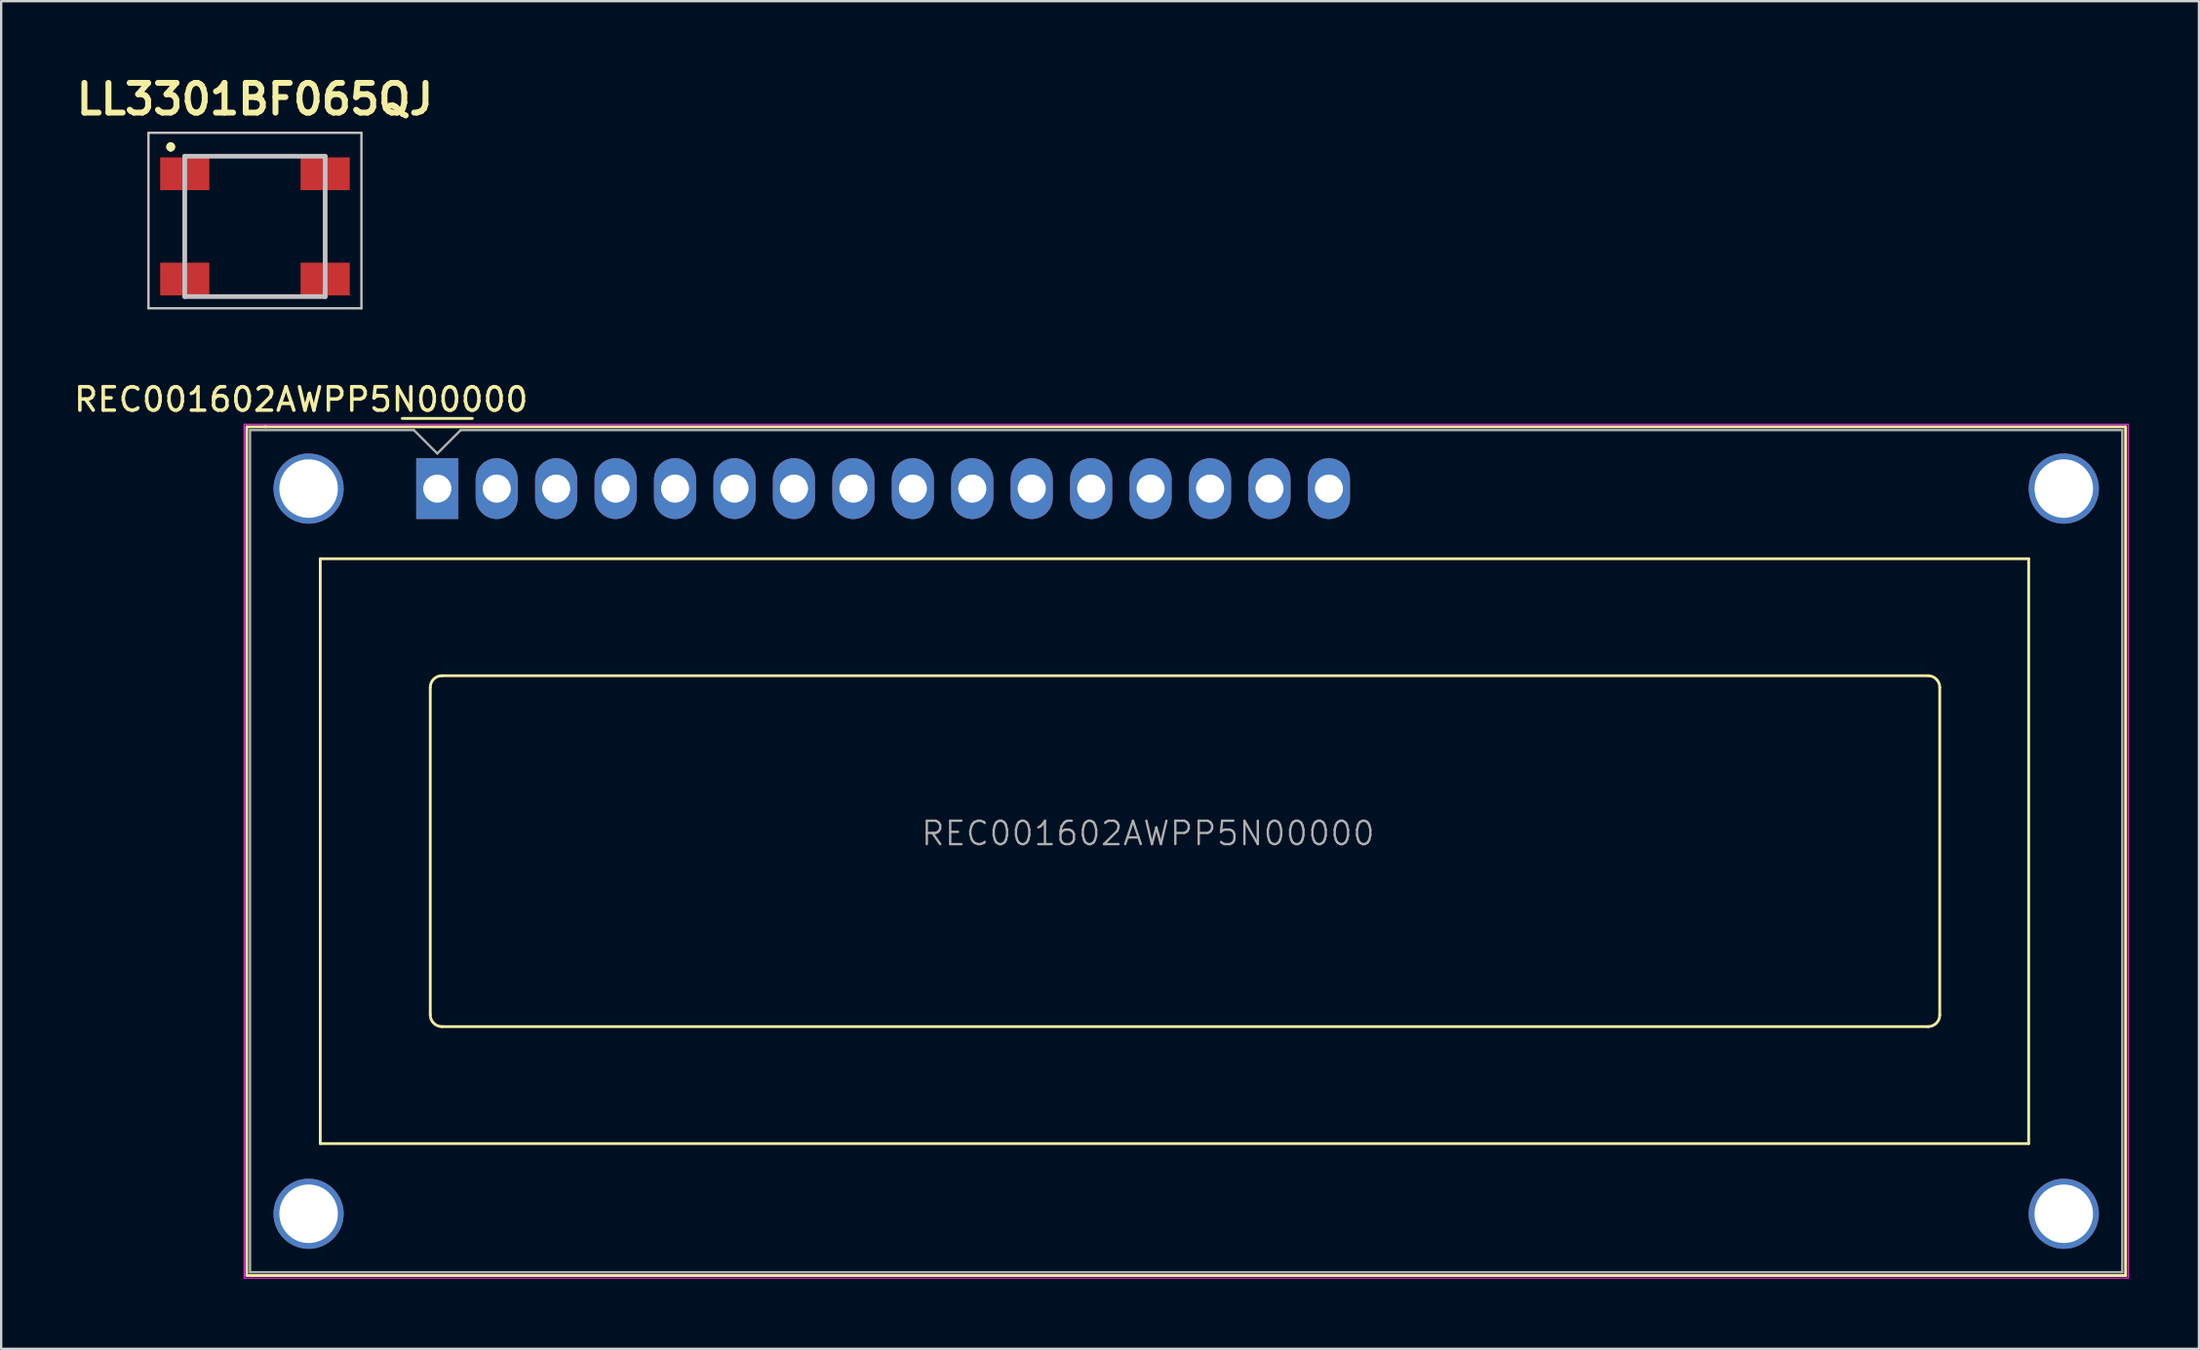
<source format=kicad_pcb>
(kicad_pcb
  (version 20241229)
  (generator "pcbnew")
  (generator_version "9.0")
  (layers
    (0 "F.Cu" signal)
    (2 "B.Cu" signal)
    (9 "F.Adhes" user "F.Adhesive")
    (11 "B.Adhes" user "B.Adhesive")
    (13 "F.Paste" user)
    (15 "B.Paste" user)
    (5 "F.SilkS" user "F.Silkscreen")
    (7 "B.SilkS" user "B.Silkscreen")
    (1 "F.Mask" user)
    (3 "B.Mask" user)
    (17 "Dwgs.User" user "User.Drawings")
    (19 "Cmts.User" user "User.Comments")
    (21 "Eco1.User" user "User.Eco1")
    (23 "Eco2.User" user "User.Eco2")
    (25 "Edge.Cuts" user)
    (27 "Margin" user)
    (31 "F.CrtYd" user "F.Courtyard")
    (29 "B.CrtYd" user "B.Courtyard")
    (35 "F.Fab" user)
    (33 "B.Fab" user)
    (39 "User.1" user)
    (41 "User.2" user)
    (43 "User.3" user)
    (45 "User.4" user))
  (footprint "LL3301BF065QJ"
    (layer "F.Cu")
    (at 7.844 6.629)
    (property "Reference" "LL3301BF065QJ" (at 0 -5.44 0) (layer "F.SilkS") (effects (font (size 1.27 1.27) (thickness 0.254))))
    (attr smd)
    (fp_line (start -3.6 -3.5) (end -3.6 -3.5) (stroke (width 0.2) (type solid)) (layer "F.SilkS"))
    (fp_line (start -3.6 -3.3) (end -3.6 -3.3) (stroke (width 0.2) (type solid)) (layer "F.SilkS"))
    (fp_line (start -3 -1) (end -3 1) (stroke (width 0.1) (type solid)) (layer "F.SilkS"))
    (fp_line (start -1 -3) (end 1 -3) (stroke (width 0.1) (type solid)) (layer "F.SilkS"))
    (fp_line (start -1 3) (end 1 3) (stroke (width 0.1) (type solid)) (layer "F.SilkS"))
    (fp_line (start 3 -1) (end 3 1) (stroke (width 0.1) (type solid)) (layer "F.SilkS"))
    (fp_arc (start -3.6 -3.5) (mid -3.5 -3.4) (end -3.6 -3.3) (stroke (width 0.2) (type solid)) (layer "F.SilkS"))
    (fp_arc (start -3.6 -3.3) (mid -3.7 -3.4) (end -3.6 -3.5) (stroke (width 0.2) (type solid)) (layer "F.SilkS"))
    (fp_line (start -4.55 -4) (end 4.55 -4) (stroke (width 0.1) (type solid)) (layer "Dwgs.User"))
    (fp_line (start -4.55 3.5) (end -4.55 -4) (stroke (width 0.1) (type solid)) (layer "Dwgs.User"))
    (fp_line (start -3 -3) (end 3 -3) (stroke (width 0.2) (type solid)) (layer "Dwgs.User"))
    (fp_line (start -3 3) (end -3 -3) (stroke (width 0.2) (type solid)) (layer "Dwgs.User"))
    (fp_line (start 3 -3) (end 3 3) (stroke (width 0.2) (type solid)) (layer "Dwgs.User"))
    (fp_line (start 3 3) (end -3 3) (stroke (width 0.2) (type solid)) (layer "Dwgs.User"))
    (fp_line (start 4.55 -4) (end 4.55 3.5) (stroke (width 0.1) (type solid)) (layer "Dwgs.User"))
    (fp_line (start 4.55 3.5) (end -4.55 3.5) (stroke (width 0.1) (type solid)) (layer "Dwgs.User"))
    (pad "1" smd rect (at -3 -2.25 90) (size 1.4 2.1) (layers "F.Cu" "F.Mask" "F.Paste"))
    (pad "2" smd rect (at 3 -2.25 90) (size 1.4 2.1) (layers "F.Cu" "F.Mask" "F.Paste"))
    (pad "3" smd rect (at -3 2.25 90) (size 1.4 2.1) (layers "F.Cu" "F.Mask" "F.Paste"))
    (pad "4" smd rect (at 3 2.25 90) (size 1.4 2.1) (layers "F.Cu" "F.Mask" "F.Paste")))
  (footprint "REC001602AWPP5N00000"
    (layer "F.Cu")
    (at 15.635 17.837)
    (property "Reference" "REC001602AWPP5N00000" (at -5.82 -3.81 0) (layer "F.SilkS") (effects (font (size 1 1) (thickness 0.15))))
    (attr through_hole)
    (fp_line (start -8.14 -2.64) (end -8.14 33.64) (stroke (width 0.12) (type solid)) (layer "F.SilkS"))
    (fp_line (start -8.14 33.64) (end 72.14 33.64) (stroke (width 0.12) (type solid)) (layer "F.SilkS"))
    (fp_line (start -8.13 -2.64) (end -7.34 -2.64) (stroke (width 0.12) (type solid)) (layer "F.SilkS"))
    (fp_line (start -5 3) (end 68 3) (stroke (width 0.12) (type solid)) (layer "F.SilkS"))
    (fp_line (start -5 28) (end -5 3) (stroke (width 0.12) (type solid)) (layer "F.SilkS"))
    (fp_line (start -1.5 -3) (end 1.5 -3) (stroke (width 0.12) (type solid)) (layer "F.SilkS"))
    (fp_line (start -0.3 22.499) (end -0.3 8.5) (stroke (width 0.12) (type solid)) (layer "F.SilkS"))
    (fp_line (start 0.2 8) (end 63.7 8) (stroke (width 0.12) (type solid)) (layer "F.SilkS"))
    (fp_line (start 63.701 23) (end 0.2 23) (stroke (width 0.12) (type solid)) (layer "F.SilkS"))
    (fp_line (start 64.2 8.5) (end 64.2 22.5) (stroke (width 0.12) (type solid)) (layer "F.SilkS"))
    (fp_line (start 68 3) (end 68 28) (stroke (width 0.12) (type solid)) (layer "F.SilkS"))
    (fp_line (start 68 28) (end -5 28) (stroke (width 0.12) (type solid)) (layer "F.SilkS"))
    (fp_line (start 72.14 -2.64) (end -7.34 -2.64) (stroke (width 0.12) (type solid)) (layer "F.SilkS"))
    (fp_line (start 72.14 33.64) (end 72.14 -2.64) (stroke (width 0.12) (type solid)) (layer "F.SilkS"))
    (fp_arc (start -0.29972 8.49884) (mid -0.153162 8.145018) (end 0.20066 7.99846) (stroke (width 0.12) (type solid)) (layer "F.SilkS"))
    (fp_arc (start 0.20066 22.9997) (mid -0.153162 22.853142) (end -0.29972 22.49932) (stroke (width 0.12) (type solid)) (layer "F.SilkS"))
    (fp_arc (start 63.7 8) (mid 64.053553 8.146447) (end 64.2 8.5) (stroke (width 0.12) (type solid)) (layer "F.SilkS"))
    (fp_arc (start 64.20104 22.49932) (mid 64.054482 22.853142) (end 63.70066 22.9997) (stroke (width 0.12) (type solid)) (layer "F.SilkS"))
    (fp_line (start -8.25 -2.75) (end -8.25 33.75) (stroke (width 0.05) (type solid)) (layer "F.CrtYd"))
    (fp_line (start -8.25 -2.75) (end 72.25 -2.75) (stroke (width 0.05) (type solid)) (layer "F.CrtYd"))
    (fp_line (start -8.25 33.75) (end 72.25 33.75) (stroke (width 0.05) (type solid)) (layer "F.CrtYd"))
    (fp_line (start 72.25 -2.75) (end 72.25 33.75) (stroke (width 0.05) (type solid)) (layer "F.CrtYd"))
    (fp_line (start -8 33.5) (end -8 -2.5) (stroke (width 0.1) (type solid)) (layer "F.Fab"))
    (fp_line (start -1 -2.5) (end -8 -2.5) (stroke (width 0.1) (type solid)) (layer "F.Fab"))
    (fp_line (start 0 -1.5) (end -1 -2.5) (stroke (width 0.1) (type solid)) (layer "F.Fab"))
    (fp_line (start 1 -2.5) (end 0 -1.5) (stroke (width 0.1) (type solid)) (layer "F.Fab"))
    (fp_line (start 1 -2.5) (end 72 -2.5) (stroke (width 0.1) (type solid)) (layer "F.Fab"))
    (fp_line (start 72 -2.5) (end 72 33.5) (stroke (width 0.1) (type solid)) (layer "F.Fab"))
    (fp_line (start 72 33.5) (end -8 33.5) (stroke (width 0.1) (type solid)) (layer "F.Fab"))
    (fp_text user "${REFERENCE}" (at 30.37 14.74 0) (layer "F.Fab") (effects (font (size 1 1) (thickness 0.1))))
    (pad "" thru_hole circle (at -5.499 0) (size 3 3) (drill 2.5) (layers "*.Cu" "*.Mask"))
    (pad "" thru_hole circle (at -5.499 31.001) (size 3 3) (drill 2.5) (layers "*.Cu" "*.Mask"))
    (pad "" thru_hole circle (at 69.499 31.001) (size 3 3) (drill 2.5) (layers "*.Cu" "*.Mask"))
    (pad "" thru_hole circle (at 69.5 0) (size 3 3) (drill 2.5) (layers "*.Cu" "*.Mask"))
    (pad "1" thru_hole rect (at 0 0) (size 1.8 2.6) (drill 1.2) (layers "*.Cu" "*.Mask"))
    (pad "2" thru_hole oval (at 2.54 0) (size 1.8 2.6) (drill 1.2) (layers "*.Cu" "*.Mask"))
    (pad "3" thru_hole oval (at 5.08 0) (size 1.8 2.6) (drill 1.2) (layers "*.Cu" "*.Mask"))
    (pad "4" thru_hole oval (at 7.62 0) (size 1.8 2.6) (drill 1.2) (layers "*.Cu" "*.Mask"))
    (pad "5" thru_hole oval (at 10.16 0) (size 1.8 2.6) (drill 1.2) (layers "*.Cu" "*.Mask"))
    (pad "6" thru_hole oval (at 12.7 0) (size 1.8 2.6) (drill 1.2) (layers "*.Cu" "*.Mask"))
    (pad "7" thru_hole oval (at 15.24 0) (size 1.8 2.6) (drill 1.2) (layers "*.Cu" "*.Mask"))
    (pad "8" thru_hole oval (at 17.78 0) (size 1.8 2.6) (drill 1.2) (layers "*.Cu" "*.Mask"))
    (pad "9" thru_hole oval (at 20.32 0) (size 1.8 2.6) (drill 1.2) (layers "*.Cu" "*.Mask"))
    (pad "10" thru_hole oval (at 22.86 0) (size 1.8 2.6) (drill 1.2) (layers "*.Cu" "*.Mask"))
    (pad "11" thru_hole oval (at 25.4 0) (size 1.8 2.6) (drill 1.2) (layers "*.Cu" "*.Mask"))
    (pad "12" thru_hole oval (at 27.94 0) (size 1.8 2.6) (drill 1.2) (layers "*.Cu" "*.Mask"))
    (pad "13" thru_hole oval (at 30.48 0) (size 1.8 2.6) (drill 1.2) (layers "*.Cu" "*.Mask"))
    (pad "14" thru_hole oval (at 33.02 0) (size 1.8 2.6) (drill 1.2) (layers "*.Cu" "*.Mask"))
    (pad "15" thru_hole oval (at 35.56 0) (size 1.8 2.6) (drill 1.2) (layers "*.Cu" "*.Mask"))
    (pad "16" thru_hole oval (at 38.1 0) (size 1.8 2.6) (drill 1.2) (layers "*.Cu" "*.Mask")))
  (gr_rect
    (start -3 -3)
    (end 90.91 54.612)
    (stroke (width 0.1) (type default))
    (fill no)
    (layer "Edge.Cuts")))
</source>
